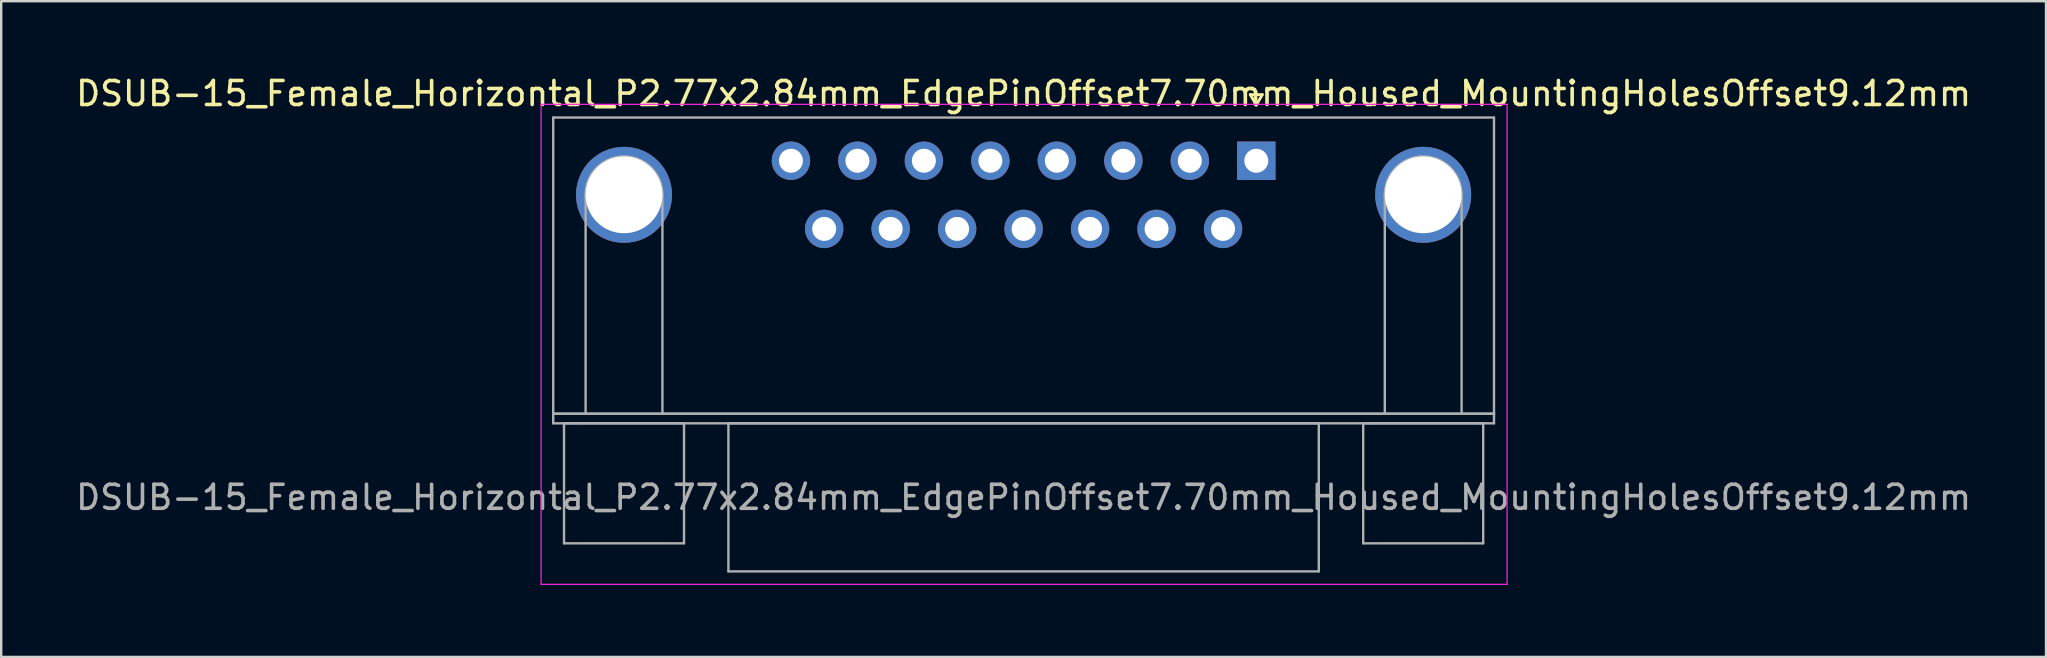
<source format=kicad_pcb>
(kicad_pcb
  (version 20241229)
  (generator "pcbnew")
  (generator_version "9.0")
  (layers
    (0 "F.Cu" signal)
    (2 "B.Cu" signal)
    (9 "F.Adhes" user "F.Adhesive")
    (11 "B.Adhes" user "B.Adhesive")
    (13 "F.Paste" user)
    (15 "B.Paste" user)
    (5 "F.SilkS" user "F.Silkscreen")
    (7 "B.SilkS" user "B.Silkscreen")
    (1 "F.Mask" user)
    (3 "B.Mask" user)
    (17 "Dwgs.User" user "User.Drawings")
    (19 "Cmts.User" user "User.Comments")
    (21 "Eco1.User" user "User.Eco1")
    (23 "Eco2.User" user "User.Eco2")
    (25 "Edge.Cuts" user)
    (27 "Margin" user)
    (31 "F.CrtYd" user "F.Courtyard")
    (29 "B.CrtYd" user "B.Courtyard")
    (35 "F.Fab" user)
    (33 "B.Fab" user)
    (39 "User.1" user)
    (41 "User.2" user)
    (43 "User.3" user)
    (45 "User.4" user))
  (footprint "DSUB-15_Female_Horizontal_P2.77x2.84mm_EdgePinOffset7.70mm_Housed_MountingHolesOffset9.12mm"
    (layer "F.Cu")
    (at 49.296 3.648)
    (property "Reference" "DSUB-15_Female_Horizontal_P2.77x2.84mm_EdgePinOffset7.70mm_Housed_MountingHolesOffset9.12mm" (at -9.695 -2.8 0) (layer "F.SilkS") (effects (font (size 1 1) (thickness 0.15))))
    (attr through_hole)
    (fp_line (start -0.25 -2.754) (end 0.25 -2.754) (stroke (width 0.12) (type solid)) (layer "F.SilkS"))
    (fp_line (start 0 -2.321) (end -0.25 -2.754) (stroke (width 0.12) (type solid)) (layer "F.SilkS"))
    (fp_line (start 0.25 -2.754) (end 0 -2.321) (stroke (width 0.12) (type solid)) (layer "F.SilkS"))
    (fp_line (start -29.8 -2.35) (end -29.8 17.65) (stroke (width 0.05) (type solid)) (layer "F.CrtYd"))
    (fp_line (start -29.8 17.65) (end 10.45 17.65) (stroke (width 0.05) (type solid)) (layer "F.CrtYd"))
    (fp_line (start 10.45 -2.35) (end -29.8 -2.35) (stroke (width 0.05) (type solid)) (layer "F.CrtYd"))
    (fp_line (start 10.45 17.65) (end 10.45 -2.35) (stroke (width 0.05) (type solid)) (layer "F.CrtYd"))
    (fp_line (start -29.295 -1.8) (end -29.295 10.54) (stroke (width 0.1) (type solid)) (layer "F.Fab"))
    (fp_line (start -29.295 10.54) (end -29.295 10.94) (stroke (width 0.1) (type solid)) (layer "F.Fab"))
    (fp_line (start -29.295 10.54) (end 9.905 10.54) (stroke (width 0.1) (type solid)) (layer "F.Fab"))
    (fp_line (start -29.295 10.94) (end 9.905 10.94) (stroke (width 0.1) (type solid)) (layer "F.Fab"))
    (fp_line (start -28.845 10.94) (end -28.845 15.94) (stroke (width 0.1) (type solid)) (layer "F.Fab"))
    (fp_line (start -28.845 15.94) (end -23.845 15.94) (stroke (width 0.1) (type solid)) (layer "F.Fab"))
    (fp_line (start -27.945 10.54) (end -27.945 1.42) (stroke (width 0.1) (type solid)) (layer "F.Fab"))
    (fp_line (start -24.745 10.54) (end -24.745 1.42) (stroke (width 0.1) (type solid)) (layer "F.Fab"))
    (fp_line (start -23.845 10.94) (end -28.845 10.94) (stroke (width 0.1) (type solid)) (layer "F.Fab"))
    (fp_line (start -23.845 15.94) (end -23.845 10.94) (stroke (width 0.1) (type solid)) (layer "F.Fab"))
    (fp_line (start -21.995 10.94) (end -21.995 17.11) (stroke (width 0.1) (type solid)) (layer "F.Fab"))
    (fp_line (start -21.995 17.11) (end 2.605 17.11) (stroke (width 0.1) (type solid)) (layer "F.Fab"))
    (fp_line (start 2.605 10.94) (end -21.995 10.94) (stroke (width 0.1) (type solid)) (layer "F.Fab"))
    (fp_line (start 2.605 17.11) (end 2.605 10.94) (stroke (width 0.1) (type solid)) (layer "F.Fab"))
    (fp_line (start 4.455 10.94) (end 4.455 15.94) (stroke (width 0.1) (type solid)) (layer "F.Fab"))
    (fp_line (start 4.455 15.94) (end 9.455 15.94) (stroke (width 0.1) (type solid)) (layer "F.Fab"))
    (fp_line (start 5.355 10.54) (end 5.355 1.42) (stroke (width 0.1) (type solid)) (layer "F.Fab"))
    (fp_line (start 8.555 10.54) (end 8.555 1.42) (stroke (width 0.1) (type solid)) (layer "F.Fab"))
    (fp_line (start 9.455 10.94) (end 4.455 10.94) (stroke (width 0.1) (type solid)) (layer "F.Fab"))
    (fp_line (start 9.455 15.94) (end 9.455 10.94) (stroke (width 0.1) (type solid)) (layer "F.Fab"))
    (fp_line (start 9.905 -1.8) (end -29.295 -1.8) (stroke (width 0.1) (type solid)) (layer "F.Fab"))
    (fp_line (start 9.905 10.54) (end -29.295 10.54) (stroke (width 0.1) (type solid)) (layer "F.Fab"))
    (fp_line (start 9.905 10.54) (end 9.905 -1.8) (stroke (width 0.1) (type solid)) (layer "F.Fab"))
    (fp_line (start 9.905 10.94) (end 9.905 10.54) (stroke (width 0.1) (type solid)) (layer "F.Fab"))
    (fp_arc (start -27.945 1.42) (mid -26.345 -0.18) (end -24.745 1.42) (stroke (width 0.1) (type solid)) (layer "F.Fab"))
    (fp_arc (start 5.355 1.42) (mid 6.955 -0.18) (end 8.555 1.42) (stroke (width 0.1) (type solid)) (layer "F.Fab"))
    (fp_text user "${REFERENCE}" (at -9.695 14.025 0) (layer "F.Fab") (effects (font (size 1 1) (thickness 0.15))))
    (pad "0" thru_hole circle (at -26.345 1.42) (size 4 4) (drill 3.2) (layers "*.Cu" "*.Mask"))
    (pad "0" thru_hole circle (at 6.955 1.42) (size 4 4) (drill 3.2) (layers "*.Cu" "*.Mask"))
    (pad "1" thru_hole rect (at 0 0) (size 1.6 1.6) (drill 1) (layers "*.Cu" "*.Mask"))
    (pad "2" thru_hole circle (at -2.77 0) (size 1.6 1.6) (drill 1) (layers "*.Cu" "*.Mask"))
    (pad "3" thru_hole circle (at -5.54 0) (size 1.6 1.6) (drill 1) (layers "*.Cu" "*.Mask"))
    (pad "4" thru_hole circle (at -8.31 0) (size 1.6 1.6) (drill 1) (layers "*.Cu" "*.Mask"))
    (pad "5" thru_hole circle (at -11.08 0) (size 1.6 1.6) (drill 1) (layers "*.Cu" "*.Mask"))
    (pad "6" thru_hole circle (at -13.85 0) (size 1.6 1.6) (drill 1) (layers "*.Cu" "*.Mask"))
    (pad "7" thru_hole circle (at -16.62 0) (size 1.6 1.6) (drill 1) (layers "*.Cu" "*.Mask"))
    (pad "8" thru_hole circle (at -19.39 0) (size 1.6 1.6) (drill 1) (layers "*.Cu" "*.Mask"))
    (pad "9" thru_hole circle (at -1.385 2.84) (size 1.6 1.6) (drill 1) (layers "*.Cu" "*.Mask"))
    (pad "10" thru_hole circle (at -4.155 2.84) (size 1.6 1.6) (drill 1) (layers "*.Cu" "*.Mask"))
    (pad "11" thru_hole circle (at -6.925 2.84) (size 1.6 1.6) (drill 1) (layers "*.Cu" "*.Mask"))
    (pad "12" thru_hole circle (at -9.695 2.84) (size 1.6 1.6) (drill 1) (layers "*.Cu" "*.Mask"))
    (pad "13" thru_hole circle (at -12.465 2.84) (size 1.6 1.6) (drill 1) (layers "*.Cu" "*.Mask"))
    (pad "14" thru_hole circle (at -15.235 2.84) (size 1.6 1.6) (drill 1) (layers "*.Cu" "*.Mask"))
    (pad "15" thru_hole circle (at -18.005 2.84) (size 1.6 1.6) (drill 1) (layers "*.Cu" "*.Mask")))
  (gr_rect
    (start -3 -3)
    (end 82.202 24.323)
    (stroke (width 0.1) (type default))
    (fill no)
    (layer "Edge.Cuts")))
</source>
